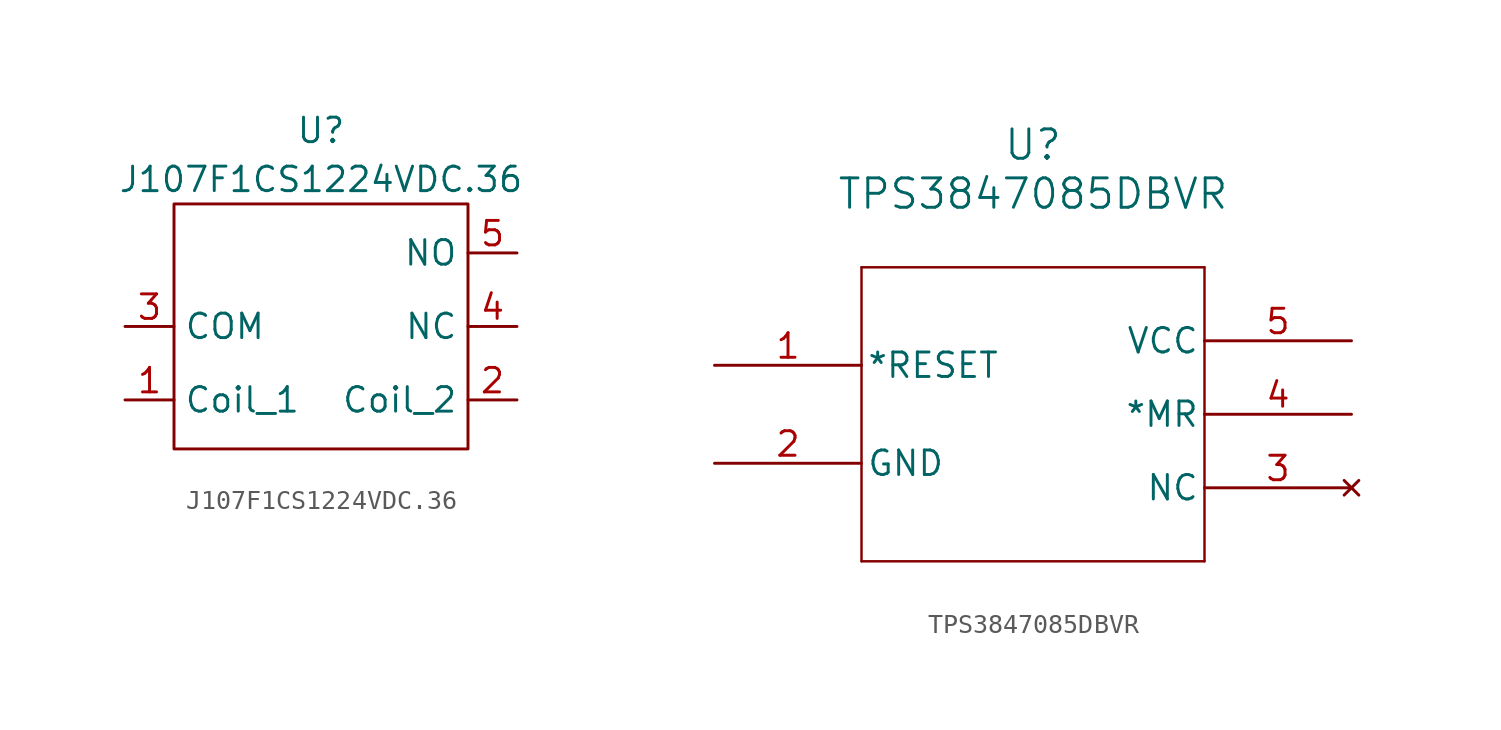
<source format=kicad_sym>
(kicad_symbol_lib
  (version 20220914)
  (generator kicad_symbol_editor)
  (symbol "J107F1CS1224VDC.36"
    (property "Reference" "U"
      (at 0 0 0)
      (effects (font (size 1.27 1.27))))
    (property "Value" "J107F1CS1224VDC.36"
      (at 0 -2.54 0)
      (effects (font (size 1.27 1.27))))
    (symbol "J107F1CS1224VDC.36_0_1"
      (rectangle (start -7.62 -3.81) (end 7.62 -16.51) (stroke (width 0) (type default)) (fill (type none))))
    (symbol "J107F1CS1224VDC.36_1_1"
      (pin input line (at -10.16 -13.97 0) (length 2.54) (name "Coil_1" (effects (font (size 1.27 1.27)))) (number "1" (effects (font (size 1.27 1.27)))))
      (pin output line (at 10.16 -13.97 180) (length 2.54) (name "Coil_2" (effects (font (size 1.27 1.27)))) (number "2" (effects (font (size 1.27 1.27)))))
      (pin input line (at -10.16 -10.16 0) (length 2.54) (name "COM" (effects (font (size 1.27 1.27)))) (number "3" (effects (font (size 1.27 1.27)))))
      (pin output line (at 10.16 -10.16 180) (length 2.54) (name "NC" (effects (font (size 1.27 1.27)))) (number "4" (effects (font (size 1.27 1.27)))))
      (pin output line (at 10.16 -6.35 180) (length 2.54) (name "NO" (effects (font (size 1.27 1.27)))) (number "5" (effects (font (size 1.27 1.27)))))))
  (symbol "TPS3847085DBVR"
    (pin_names
      (offset 0.254))
    (property "Reference" "U"
      (at 0 12.7 0)
      (effects (font (size 1.524 1.524))))
    (property "Value" "TPS3847085DBVR"
      (at 0 10.16 0)
      (effects (font (size 1.524 1.524))))
    (property "ki_locked" ""
      (at 0 0 0)
      (effects (font (size 1.27 1.27))))
    (symbol "TPS3847085DBVR_0_1"
      (polyline (pts (xy -8.89 -8.89) (xy 8.89 -8.89)) (stroke (width 0.127) (type default)) (fill (type none)))
      (polyline (pts (xy -8.89 6.35) (xy -8.89 -8.89)) (stroke (width 0.127) (type default)) (fill (type none)))
      (polyline (pts (xy 8.89 -8.89) (xy 8.89 6.35)) (stroke (width 0.127) (type default)) (fill (type none)))
      (polyline (pts (xy 8.89 6.35) (xy -8.89 6.35)) (stroke (width 0.127) (type default)) (fill (type none)))
      (pin output line (at -16.51 1.27 0) (length 7.62) (name "*RESET" (effects (font (size 1.27 1.27)))) (number "1" (effects (font (size 1.27 1.27)))))
      (pin power_in line (at -16.51 -3.81 0) (length 7.62) (name "GND" (effects (font (size 1.27 1.27)))) (number "2" (effects (font (size 1.27 1.27)))))
      (pin no_connect line (at 16.51 -5.08 180) (length 7.62) (name "NC" (effects (font (size 1.27 1.27)))) (number "3" (effects (font (size 1.27 1.27)))))
      (pin input line (at 16.51 -1.27 180) (length 7.62) (name "*MR" (effects (font (size 1.27 1.27)))) (number "4" (effects (font (size 1.27 1.27)))))
      (pin power_in line (at 16.51 2.54 180) (length 7.62) (name "VCC" (effects (font (size 1.27 1.27)))) (number "5" (effects (font (size 1.27 1.27))))))))
</source>
